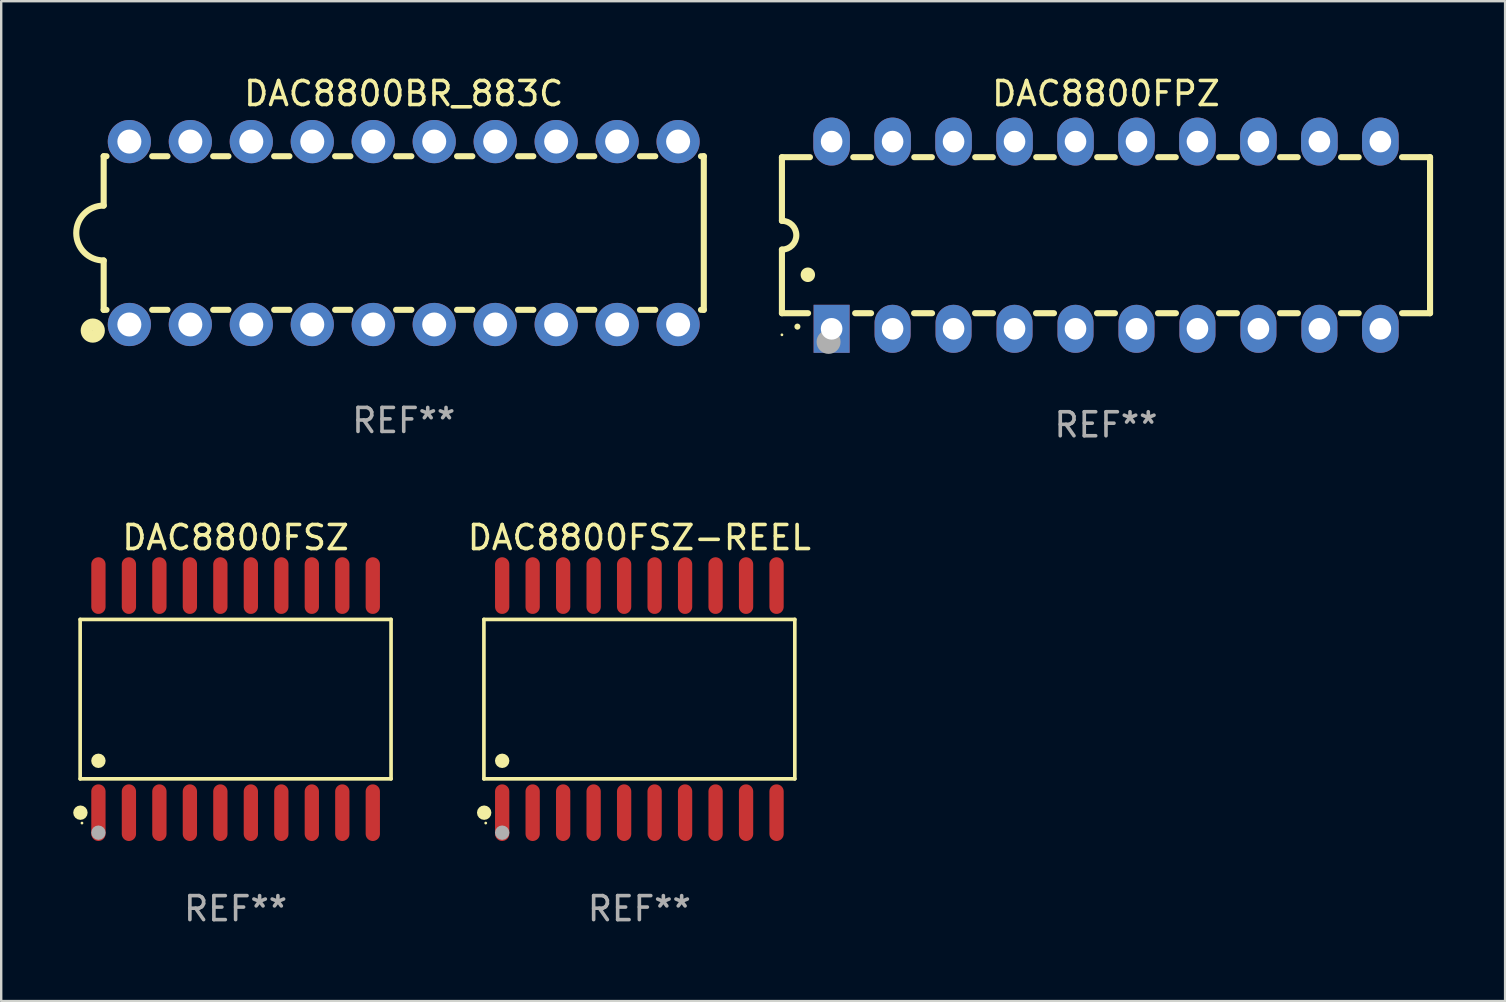
<source format=kicad_pcb>
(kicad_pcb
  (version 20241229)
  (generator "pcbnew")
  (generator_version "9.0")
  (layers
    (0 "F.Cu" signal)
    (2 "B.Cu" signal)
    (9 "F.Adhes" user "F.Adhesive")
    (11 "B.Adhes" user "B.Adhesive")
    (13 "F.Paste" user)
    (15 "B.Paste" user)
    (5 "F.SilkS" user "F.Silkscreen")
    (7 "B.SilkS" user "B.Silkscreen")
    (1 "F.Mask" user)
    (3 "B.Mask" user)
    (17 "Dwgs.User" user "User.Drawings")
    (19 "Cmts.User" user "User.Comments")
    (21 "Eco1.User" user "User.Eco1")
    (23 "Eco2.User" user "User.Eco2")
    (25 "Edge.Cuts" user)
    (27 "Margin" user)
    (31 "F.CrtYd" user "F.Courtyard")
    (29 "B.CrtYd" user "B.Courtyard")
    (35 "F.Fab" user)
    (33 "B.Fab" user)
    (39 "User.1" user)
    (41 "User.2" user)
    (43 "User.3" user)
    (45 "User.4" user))
  (footprint "DAC8800FPZ"
    (layer "F.Cu")
    (at 43.024 6.748)
    (property "Reference" "DAC8800FPZ" (at 0 -5.9 0) (layer "F.SilkS") (effects (font (size 1 1) (thickness 0.15))))
    (attr through_hole)
    (fp_line (start -13.5 -3.25) (end -12.333 -3.25) (stroke (width 0.254) (type solid)) (layer "F.SilkS"))
    (fp_line (start -13.5 -0.6) (end -13.5 -3.25) (stroke (width 0.254) (type solid)) (layer "F.SilkS"))
    (fp_line (start -13.5 3.25) (end -13.5 0.6) (stroke (width 0.254) (type solid)) (layer "F.SilkS"))
    (fp_line (start -13.5 3.25) (end -12.411 3.25) (stroke (width 0.254) (type solid)) (layer "F.SilkS"))
    (fp_line (start -10.527 -3.25) (end -9.793 -3.25) (stroke (width 0.254) (type solid)) (layer "F.SilkS"))
    (fp_line (start -10.449 3.25) (end -9.786 3.25) (stroke (width 0.254) (type solid)) (layer "F.SilkS"))
    (fp_line (start -7.994 3.25) (end -7.246 3.25) (stroke (width 0.254) (type solid)) (layer "F.SilkS"))
    (fp_line (start -7.987 -3.25) (end -7.253 -3.25) (stroke (width 0.254) (type solid)) (layer "F.SilkS"))
    (fp_line (start -5.454 3.25) (end -4.706 3.25) (stroke (width 0.254) (type solid)) (layer "F.SilkS"))
    (fp_line (start -5.447 -3.25) (end -4.713 -3.25) (stroke (width 0.254) (type solid)) (layer "F.SilkS"))
    (fp_line (start -2.914 3.25) (end -2.166 3.25) (stroke (width 0.254) (type solid)) (layer "F.SilkS"))
    (fp_line (start -2.907 -3.25) (end -2.173 -3.25) (stroke (width 0.254) (type solid)) (layer "F.SilkS"))
    (fp_line (start -0.374 3.25) (end 0.374 3.25) (stroke (width 0.254) (type solid)) (layer "F.SilkS"))
    (fp_line (start -0.367 -3.25) (end 0.367 -3.25) (stroke (width 0.254) (type solid)) (layer "F.SilkS"))
    (fp_line (start 2.166 3.25) (end 2.914 3.25) (stroke (width 0.254) (type solid)) (layer "F.SilkS"))
    (fp_line (start 2.173 -3.25) (end 2.907 -3.25) (stroke (width 0.254) (type solid)) (layer "F.SilkS"))
    (fp_line (start 4.706 3.25) (end 5.454 3.25) (stroke (width 0.254) (type solid)) (layer "F.SilkS"))
    (fp_line (start 4.713 -3.25) (end 5.447 -3.25) (stroke (width 0.254) (type solid)) (layer "F.SilkS"))
    (fp_line (start 7.246 3.25) (end 7.994 3.25) (stroke (width 0.254) (type solid)) (layer "F.SilkS"))
    (fp_line (start 7.253 -3.25) (end 7.987 -3.25) (stroke (width 0.254) (type solid)) (layer "F.SilkS"))
    (fp_line (start 9.786 3.25) (end 10.527 3.25) (stroke (width 0.254) (type solid)) (layer "F.SilkS"))
    (fp_line (start 9.793 -3.25) (end 10.527 -3.25) (stroke (width 0.254) (type solid)) (layer "F.SilkS"))
    (fp_line (start 12.333 -3.25) (end 13.5 -3.25) (stroke (width 0.254) (type solid)) (layer "F.SilkS"))
    (fp_line (start 12.333 3.25) (end 13.5 3.25) (stroke (width 0.254) (type solid)) (layer "F.SilkS"))
    (fp_line (start 13.5 -3.25) (end 13.5 3.25) (stroke (width 0.254) (type solid)) (layer "F.SilkS"))
    (fp_arc (start -13.500127 -0.599442) (mid -12.900406 0.000228) (end -13.500025 0.6) (stroke (width 0.254001) (type solid)) (layer "F.SilkS"))
    (fp_arc (start -12.854966 3.810008) (mid -12.854973 3.808738) (end -12.854966 3.807468) (stroke (width 0.25) (type solid)) (layer "F.SilkS"))
    (fp_arc (start -12.420625 1.651003) (mid -12.420636 1.648463) (end -12.420625 1.645923) (stroke (width 0.6) (type solid)) (layer "F.SilkS"))
    (fp_circle (center -13.5 4.15) (end -13.47 4.15) (stroke (width 0.06) (type solid)) (fill no) (layer "F.SilkS"))
    (fp_circle (center -11.557 4.445) (end -11.307 4.445) (stroke (width 0.5) (type solid)) (fill no) (layer "F.Fab"))
    (fp_text user "REF**" (at 0 7.9 0) (layer "F.Fab") (effects (font (size 1 1) (thickness 0.15))))
    (pad "1" thru_hole rect (at -11.43 3.9 90) (size 2 1.5) (drill 0.9) (layers "*.Cu" "*.Mask"))
    (pad "2" thru_hole oval (at -8.89 3.9 90) (size 2 1.5) (drill 0.9) (layers "*.Cu" "*.Mask"))
    (pad "3" thru_hole oval (at -6.35 3.9 90) (size 2 1.5) (drill 0.9) (layers "*.Cu" "*.Mask"))
    (pad "4" thru_hole oval (at -3.81 3.9 90) (size 2 1.5) (drill 0.9) (layers "*.Cu" "*.Mask"))
    (pad "5" thru_hole oval (at -1.27 3.9 90) (size 2 1.5) (drill 0.9) (layers "*.Cu" "*.Mask"))
    (pad "6" thru_hole oval (at 1.27 3.9 90) (size 2 1.5) (drill 0.9) (layers "*.Cu" "*.Mask"))
    (pad "7" thru_hole oval (at 3.81 3.9 90) (size 2 1.5) (drill 0.9) (layers "*.Cu" "*.Mask"))
    (pad "8" thru_hole oval (at 6.35 3.9 90) (size 2 1.5) (drill 0.9) (layers "*.Cu" "*.Mask"))
    (pad "9" thru_hole oval (at 8.89 3.9 90) (size 2 1.5) (drill 0.9) (layers "*.Cu" "*.Mask"))
    (pad "10" thru_hole oval (at 11.43 3.9 90) (size 2 1.524) (drill 0.9) (layers "*.Cu" "*.Mask"))
    (pad "11" thru_hole oval (at 11.43 -3.9 90) (size 2 1.524) (drill 0.9) (layers "*.Cu" "*.Mask"))
    (pad "12" thru_hole oval (at 8.89 -3.9 90) (size 2 1.524) (drill 0.9) (layers "*.Cu" "*.Mask"))
    (pad "13" thru_hole oval (at 6.35 -3.9 90) (size 2 1.524) (drill 0.9) (layers "*.Cu" "*.Mask"))
    (pad "14" thru_hole oval (at 3.81 -3.9 90) (size 2 1.524) (drill 0.9) (layers "*.Cu" "*.Mask"))
    (pad "15" thru_hole oval (at 1.27 -3.9 90) (size 2 1.524) (drill 0.9) (layers "*.Cu" "*.Mask"))
    (pad "16" thru_hole oval (at -1.27 -3.9 90) (size 2 1.524) (drill 0.9) (layers "*.Cu" "*.Mask"))
    (pad "17" thru_hole oval (at -3.81 -3.9 90) (size 2 1.524) (drill 0.9) (layers "*.Cu" "*.Mask"))
    (pad "18" thru_hole oval (at -6.35 -3.9 90) (size 2 1.524) (drill 0.9) (layers "*.Cu" "*.Mask"))
    (pad "19" thru_hole oval (at -8.89 -3.9 90) (size 2 1.524) (drill 0.9) (layers "*.Cu" "*.Mask"))
    (pad "20" thru_hole oval (at -11.43 -3.9 90) (size 2 1.524) (drill 0.9) (layers "*.Cu" "*.Mask")))
  (footprint "DAC8800FSZ"
    (layer "F.Cu")
    (at 6.765 26.075)
    (property "Reference" "DAC8800FSZ" (at 0 -6.73 0) (layer "F.SilkS") (effects (font (size 1 1) (thickness 0.15))))
    (attr through_hole)
    (fp_line (start -6.476 -3.321) (end 6.476 -3.321) (stroke (width 0.152) (type solid)) (layer "F.SilkS"))
    (fp_line (start -6.476 3.321) (end -6.476 -3.321) (stroke (width 0.152) (type solid)) (layer "F.SilkS"))
    (fp_line (start 6.476 -3.321) (end 6.476 3.321) (stroke (width 0.152) (type solid)) (layer "F.SilkS"))
    (fp_line (start 6.476 3.321) (end -6.476 3.321) (stroke (width 0.152) (type solid)) (layer "F.SilkS"))
    (fp_circle (center -6.465 4.73) (end -6.315 4.73) (stroke (width 0.3) (type solid)) (fill no) (layer "F.SilkS"))
    (fp_circle (center -6.4 5.163) (end -6.37 5.163) (stroke (width 0.06) (type solid)) (fill no) (layer "F.SilkS"))
    (fp_circle (center -5.715 2.569) (end -5.565 2.569) (stroke (width 0.3) (type solid)) (fill no) (layer "F.SilkS"))
    (fp_circle (center -5.715 5.563) (end -5.565 5.563) (stroke (width 0.3) (type solid)) (fill no) (layer "F.Fab"))
    (fp_text user "REF**" (at 0 8.73 0) (layer "F.Fab") (effects (font (size 1 1) (thickness 0.15))))
    (pad "1" smd oval (at -5.715 4.73) (size 0.595 2.36) (layers "F.Cu" "F.Mask" "F.Paste"))
    (pad "2" smd oval (at -4.445 4.73) (size 0.595 2.36) (layers "F.Cu" "F.Mask" "F.Paste"))
    (pad "3" smd oval (at -3.175 4.73) (size 0.595 2.36) (layers "F.Cu" "F.Mask" "F.Paste"))
    (pad "4" smd oval (at -1.905 4.73) (size 0.595 2.36) (layers "F.Cu" "F.Mask" "F.Paste"))
    (pad "5" smd oval (at -0.635 4.73) (size 0.595 2.36) (layers "F.Cu" "F.Mask" "F.Paste"))
    (pad "6" smd oval (at 0.635 4.73) (size 0.595 2.36) (layers "F.Cu" "F.Mask" "F.Paste"))
    (pad "7" smd oval (at 1.905 4.73) (size 0.595 2.36) (layers "F.Cu" "F.Mask" "F.Paste"))
    (pad "8" smd oval (at 3.175 4.73) (size 0.595 2.36) (layers "F.Cu" "F.Mask" "F.Paste"))
    (pad "9" smd oval (at 4.445 4.73) (size 0.595 2.36) (layers "F.Cu" "F.Mask" "F.Paste"))
    (pad "10" smd oval (at 5.715 4.73) (size 0.595 2.36) (layers "F.Cu" "F.Mask" "F.Paste"))
    (pad "11" smd oval (at 5.715 -4.73) (size 0.595 2.36) (layers "F.Cu" "F.Mask" "F.Paste"))
    (pad "12" smd oval (at 4.445 -4.73) (size 0.595 2.36) (layers "F.Cu" "F.Mask" "F.Paste"))
    (pad "13" smd oval (at 3.175 -4.73) (size 0.595 2.36) (layers "F.Cu" "F.Mask" "F.Paste"))
    (pad "14" smd oval (at 1.905 -4.73) (size 0.595 2.36) (layers "F.Cu" "F.Mask" "F.Paste"))
    (pad "15" smd oval (at 0.635 -4.73) (size 0.595 2.36) (layers "F.Cu" "F.Mask" "F.Paste"))
    (pad "16" smd oval (at -0.635 -4.73) (size 0.595 2.36) (layers "F.Cu" "F.Mask" "F.Paste"))
    (pad "17" smd oval (at -1.905 -4.73) (size 0.595 2.36) (layers "F.Cu" "F.Mask" "F.Paste"))
    (pad "18" smd oval (at -3.175 -4.73) (size 0.595 2.36) (layers "F.Cu" "F.Mask" "F.Paste"))
    (pad "19" smd oval (at -4.445 -4.73) (size 0.595 2.36) (layers "F.Cu" "F.Mask" "F.Paste"))
    (pad "20" smd oval (at -5.715 -4.73) (size 0.595 2.36) (layers "F.Cu" "F.Mask" "F.Paste")))
  (footprint "DAC8800FSZ-REEL"
    (layer "F.Cu")
    (at 23.585 26.075)
    (property "Reference" "DAC8800FSZ-REEL" (at 0 -6.73 0) (layer "F.SilkS") (effects (font (size 1 1) (thickness 0.15))))
    (attr through_hole)
    (fp_line (start -6.476 -3.321) (end 6.476 -3.321) (stroke (width 0.152) (type solid)) (layer "F.SilkS"))
    (fp_line (start -6.476 3.321) (end -6.476 -3.321) (stroke (width 0.152) (type solid)) (layer "F.SilkS"))
    (fp_line (start 6.476 -3.321) (end 6.476 3.321) (stroke (width 0.152) (type solid)) (layer "F.SilkS"))
    (fp_line (start 6.476 3.321) (end -6.476 3.321) (stroke (width 0.152) (type solid)) (layer "F.SilkS"))
    (fp_circle (center -6.465 4.73) (end -6.315 4.73) (stroke (width 0.3) (type solid)) (fill no) (layer "F.SilkS"))
    (fp_circle (center -6.4 5.163) (end -6.37 5.163) (stroke (width 0.06) (type solid)) (fill no) (layer "F.SilkS"))
    (fp_circle (center -5.715 2.569) (end -5.565 2.569) (stroke (width 0.3) (type solid)) (fill no) (layer "F.SilkS"))
    (fp_circle (center -5.715 5.563) (end -5.565 5.563) (stroke (width 0.3) (type solid)) (fill no) (layer "F.Fab"))
    (fp_text user "REF**" (at 0 8.73 0) (layer "F.Fab") (effects (font (size 1 1) (thickness 0.15))))
    (pad "1" smd oval (at -5.715 4.73) (size 0.595 2.36) (layers "F.Cu" "F.Mask" "F.Paste"))
    (pad "2" smd oval (at -4.445 4.73) (size 0.595 2.36) (layers "F.Cu" "F.Mask" "F.Paste"))
    (pad "3" smd oval (at -3.175 4.73) (size 0.595 2.36) (layers "F.Cu" "F.Mask" "F.Paste"))
    (pad "4" smd oval (at -1.905 4.73) (size 0.595 2.36) (layers "F.Cu" "F.Mask" "F.Paste"))
    (pad "5" smd oval (at -0.635 4.73) (size 0.595 2.36) (layers "F.Cu" "F.Mask" "F.Paste"))
    (pad "6" smd oval (at 0.635 4.73) (size 0.595 2.36) (layers "F.Cu" "F.Mask" "F.Paste"))
    (pad "7" smd oval (at 1.905 4.73) (size 0.595 2.36) (layers "F.Cu" "F.Mask" "F.Paste"))
    (pad "8" smd oval (at 3.175 4.73) (size 0.595 2.36) (layers "F.Cu" "F.Mask" "F.Paste"))
    (pad "9" smd oval (at 4.445 4.73) (size 0.595 2.36) (layers "F.Cu" "F.Mask" "F.Paste"))
    (pad "10" smd oval (at 5.715 4.73) (size 0.595 2.36) (layers "F.Cu" "F.Mask" "F.Paste"))
    (pad "11" smd oval (at 5.715 -4.73) (size 0.595 2.36) (layers "F.Cu" "F.Mask" "F.Paste"))
    (pad "12" smd oval (at 4.445 -4.73) (size 0.595 2.36) (layers "F.Cu" "F.Mask" "F.Paste"))
    (pad "13" smd oval (at 3.175 -4.73) (size 0.595 2.36) (layers "F.Cu" "F.Mask" "F.Paste"))
    (pad "14" smd oval (at 1.905 -4.73) (size 0.595 2.36) (layers "F.Cu" "F.Mask" "F.Paste"))
    (pad "15" smd oval (at 0.635 -4.73) (size 0.595 2.36) (layers "F.Cu" "F.Mask" "F.Paste"))
    (pad "16" smd oval (at -0.635 -4.73) (size 0.595 2.36) (layers "F.Cu" "F.Mask" "F.Paste"))
    (pad "17" smd oval (at -1.905 -4.73) (size 0.595 2.36) (layers "F.Cu" "F.Mask" "F.Paste"))
    (pad "18" smd oval (at -3.175 -4.73) (size 0.595 2.36) (layers "F.Cu" "F.Mask" "F.Paste"))
    (pad "19" smd oval (at -4.445 -4.73) (size 0.595 2.36) (layers "F.Cu" "F.Mask" "F.Paste"))
    (pad "20" smd oval (at -5.715 -4.73) (size 0.595 2.36) (layers "F.Cu" "F.Mask" "F.Paste")))
  (footprint "DAC8800BR_883C"
    (layer "F.Cu")
    (at 13.769 6.658)
    (property "Reference" "DAC8800BR_883C" (at 0 -5.81 0) (layer "F.SilkS") (effects (font (size 1 1) (thickness 0.15))))
    (attr through_hole)
    (fp_line (start -12.5 -3.2) (end -12.5 -1.143) (stroke (width 0.254) (type solid)) (layer "F.SilkS"))
    (fp_line (start -12.5 -3.2) (end -12.382 -3.2) (stroke (width 0.254) (type solid)) (layer "F.SilkS"))
    (fp_line (start -12.5 3.2) (end -12.5 1.143) (stroke (width 0.254) (type solid)) (layer "F.SilkS"))
    (fp_line (start -12.5 3.2) (end -12.382 3.2) (stroke (width 0.254) (type solid)) (layer "F.SilkS"))
    (fp_line (start -10.478 -3.2) (end -9.842 -3.2) (stroke (width 0.254) (type solid)) (layer "F.SilkS"))
    (fp_line (start -10.478 3.2) (end -9.842 3.2) (stroke (width 0.254) (type solid)) (layer "F.SilkS"))
    (fp_line (start -7.938 -3.2) (end -7.302 -3.2) (stroke (width 0.254) (type solid)) (layer "F.SilkS"))
    (fp_line (start -7.938 3.2) (end -7.302 3.2) (stroke (width 0.254) (type solid)) (layer "F.SilkS"))
    (fp_line (start -5.398 -3.2) (end -4.762 -3.2) (stroke (width 0.254) (type solid)) (layer "F.SilkS"))
    (fp_line (start -5.398 3.2) (end -4.762 3.2) (stroke (width 0.254) (type solid)) (layer "F.SilkS"))
    (fp_line (start -2.858 -3.2) (end -2.222 -3.2) (stroke (width 0.254) (type solid)) (layer "F.SilkS"))
    (fp_line (start -2.858 3.2) (end -2.222 3.2) (stroke (width 0.254) (type solid)) (layer "F.SilkS"))
    (fp_line (start -0.318 -3.2) (end 0.318 -3.2) (stroke (width 0.254) (type solid)) (layer "F.SilkS"))
    (fp_line (start -0.318 3.2) (end 0.318 3.2) (stroke (width 0.254) (type solid)) (layer "F.SilkS"))
    (fp_line (start 2.222 -3.2) (end 2.858 -3.2) (stroke (width 0.254) (type solid)) (layer "F.SilkS"))
    (fp_line (start 2.222 3.2) (end 2.858 3.2) (stroke (width 0.254) (type solid)) (layer "F.SilkS"))
    (fp_line (start 4.762 -3.2) (end 5.398 -3.2) (stroke (width 0.254) (type solid)) (layer "F.SilkS"))
    (fp_line (start 4.762 3.2) (end 5.398 3.2) (stroke (width 0.254) (type solid)) (layer "F.SilkS"))
    (fp_line (start 7.302 -3.2) (end 7.938 -3.2) (stroke (width 0.254) (type solid)) (layer "F.SilkS"))
    (fp_line (start 7.302 3.2) (end 7.938 3.2) (stroke (width 0.254) (type solid)) (layer "F.SilkS"))
    (fp_line (start 9.842 -3.2) (end 10.478 -3.2) (stroke (width 0.254) (type solid)) (layer "F.SilkS"))
    (fp_line (start 9.842 3.2) (end 10.478 3.2) (stroke (width 0.254) (type solid)) (layer "F.SilkS"))
    (fp_line (start 12.382 -3.2) (end 12.5 -3.2) (stroke (width 0.254) (type solid)) (layer "F.SilkS"))
    (fp_line (start 12.382 3.2) (end 12.5 3.2) (stroke (width 0.254) (type solid)) (layer "F.SilkS"))
    (fp_line (start 12.5 -3.2) (end 12.5 3.2) (stroke (width 0.254) (type solid)) (layer "F.SilkS"))
    (fp_arc (start -12.500025 1.143002) (mid -13.642367 -0.00033) (end -12.499365 -1.143002) (stroke (width 0.254001) (type solid)) (layer "F.SilkS"))
    (fp_circle (center -12.954 4.064) (end -12.7 4.064) (stroke (width 0.5) (type solid)) (fill no) (layer "F.SilkS"))
    (fp_text user "REF**" (at 0 7.81 0) (layer "F.Fab") (effects (font (size 1 1) (thickness 0.15))))
    (pad "1" thru_hole circle (at -11.43 3.81) (size 1.8 1.8) (drill 1) (layers "*.Cu" "*.Mask"))
    (pad "2" thru_hole circle (at -8.89 3.81) (size 1.8 1.8) (drill 1) (layers "*.Cu" "*.Mask"))
    (pad "3" thru_hole circle (at -6.35 3.81) (size 1.8 1.8) (drill 1) (layers "*.Cu" "*.Mask"))
    (pad "4" thru_hole circle (at -3.81 3.81) (size 1.8 1.8) (drill 1) (layers "*.Cu" "*.Mask"))
    (pad "5" thru_hole circle (at -1.27 3.81) (size 1.8 1.8) (drill 1) (layers "*.Cu" "*.Mask"))
    (pad "6" thru_hole circle (at 1.27 3.81) (size 1.8 1.8) (drill 1) (layers "*.Cu" "*.Mask"))
    (pad "7" thru_hole circle (at 3.81 3.81) (size 1.8 1.8) (drill 1) (layers "*.Cu" "*.Mask"))
    (pad "8" thru_hole circle (at 6.35 3.81) (size 1.8 1.8) (drill 1) (layers "*.Cu" "*.Mask"))
    (pad "9" thru_hole circle (at 8.89 3.81) (size 1.8 1.8) (drill 1) (layers "*.Cu" "*.Mask"))
    (pad "10" thru_hole circle (at 11.43 3.81) (size 1.8 1.8) (drill 1) (layers "*.Cu" "*.Mask"))
    (pad "11" thru_hole circle (at 11.43 -3.81) (size 1.8 1.8) (drill 1) (layers "*.Cu" "*.Mask"))
    (pad "12" thru_hole circle (at 8.89 -3.81) (size 1.8 1.8) (drill 1) (layers "*.Cu" "*.Mask"))
    (pad "13" thru_hole circle (at 6.35 -3.81) (size 1.8 1.8) (drill 1) (layers "*.Cu" "*.Mask"))
    (pad "14" thru_hole circle (at 3.81 -3.81) (size 1.8 1.8) (drill 1) (layers "*.Cu" "*.Mask"))
    (pad "15" thru_hole circle (at 1.27 -3.81) (size 1.8 1.8) (drill 1) (layers "*.Cu" "*.Mask"))
    (pad "16" thru_hole circle (at -1.27 -3.81) (size 1.8 1.8) (drill 1) (layers "*.Cu" "*.Mask"))
    (pad "17" thru_hole circle (at -3.81 -3.81) (size 1.8 1.8) (drill 1) (layers "*.Cu" "*.Mask"))
    (pad "18" thru_hole circle (at -6.35 -3.81) (size 1.8 1.8) (drill 1) (layers "*.Cu" "*.Mask"))
    (pad "19" thru_hole circle (at -8.89 -3.81) (size 1.8 1.8) (drill 1) (layers "*.Cu" "*.Mask"))
    (pad "20" thru_hole circle (at -11.43 -3.81) (size 1.8 1.8) (drill 1) (layers "*.Cu" "*.Mask")))
  (gr_rect
    (start -3 -3)
    (end 59.651 38.653)
    (stroke (width 0.1) (type default))
    (fill no)
    (layer "Edge.Cuts")))
</source>
